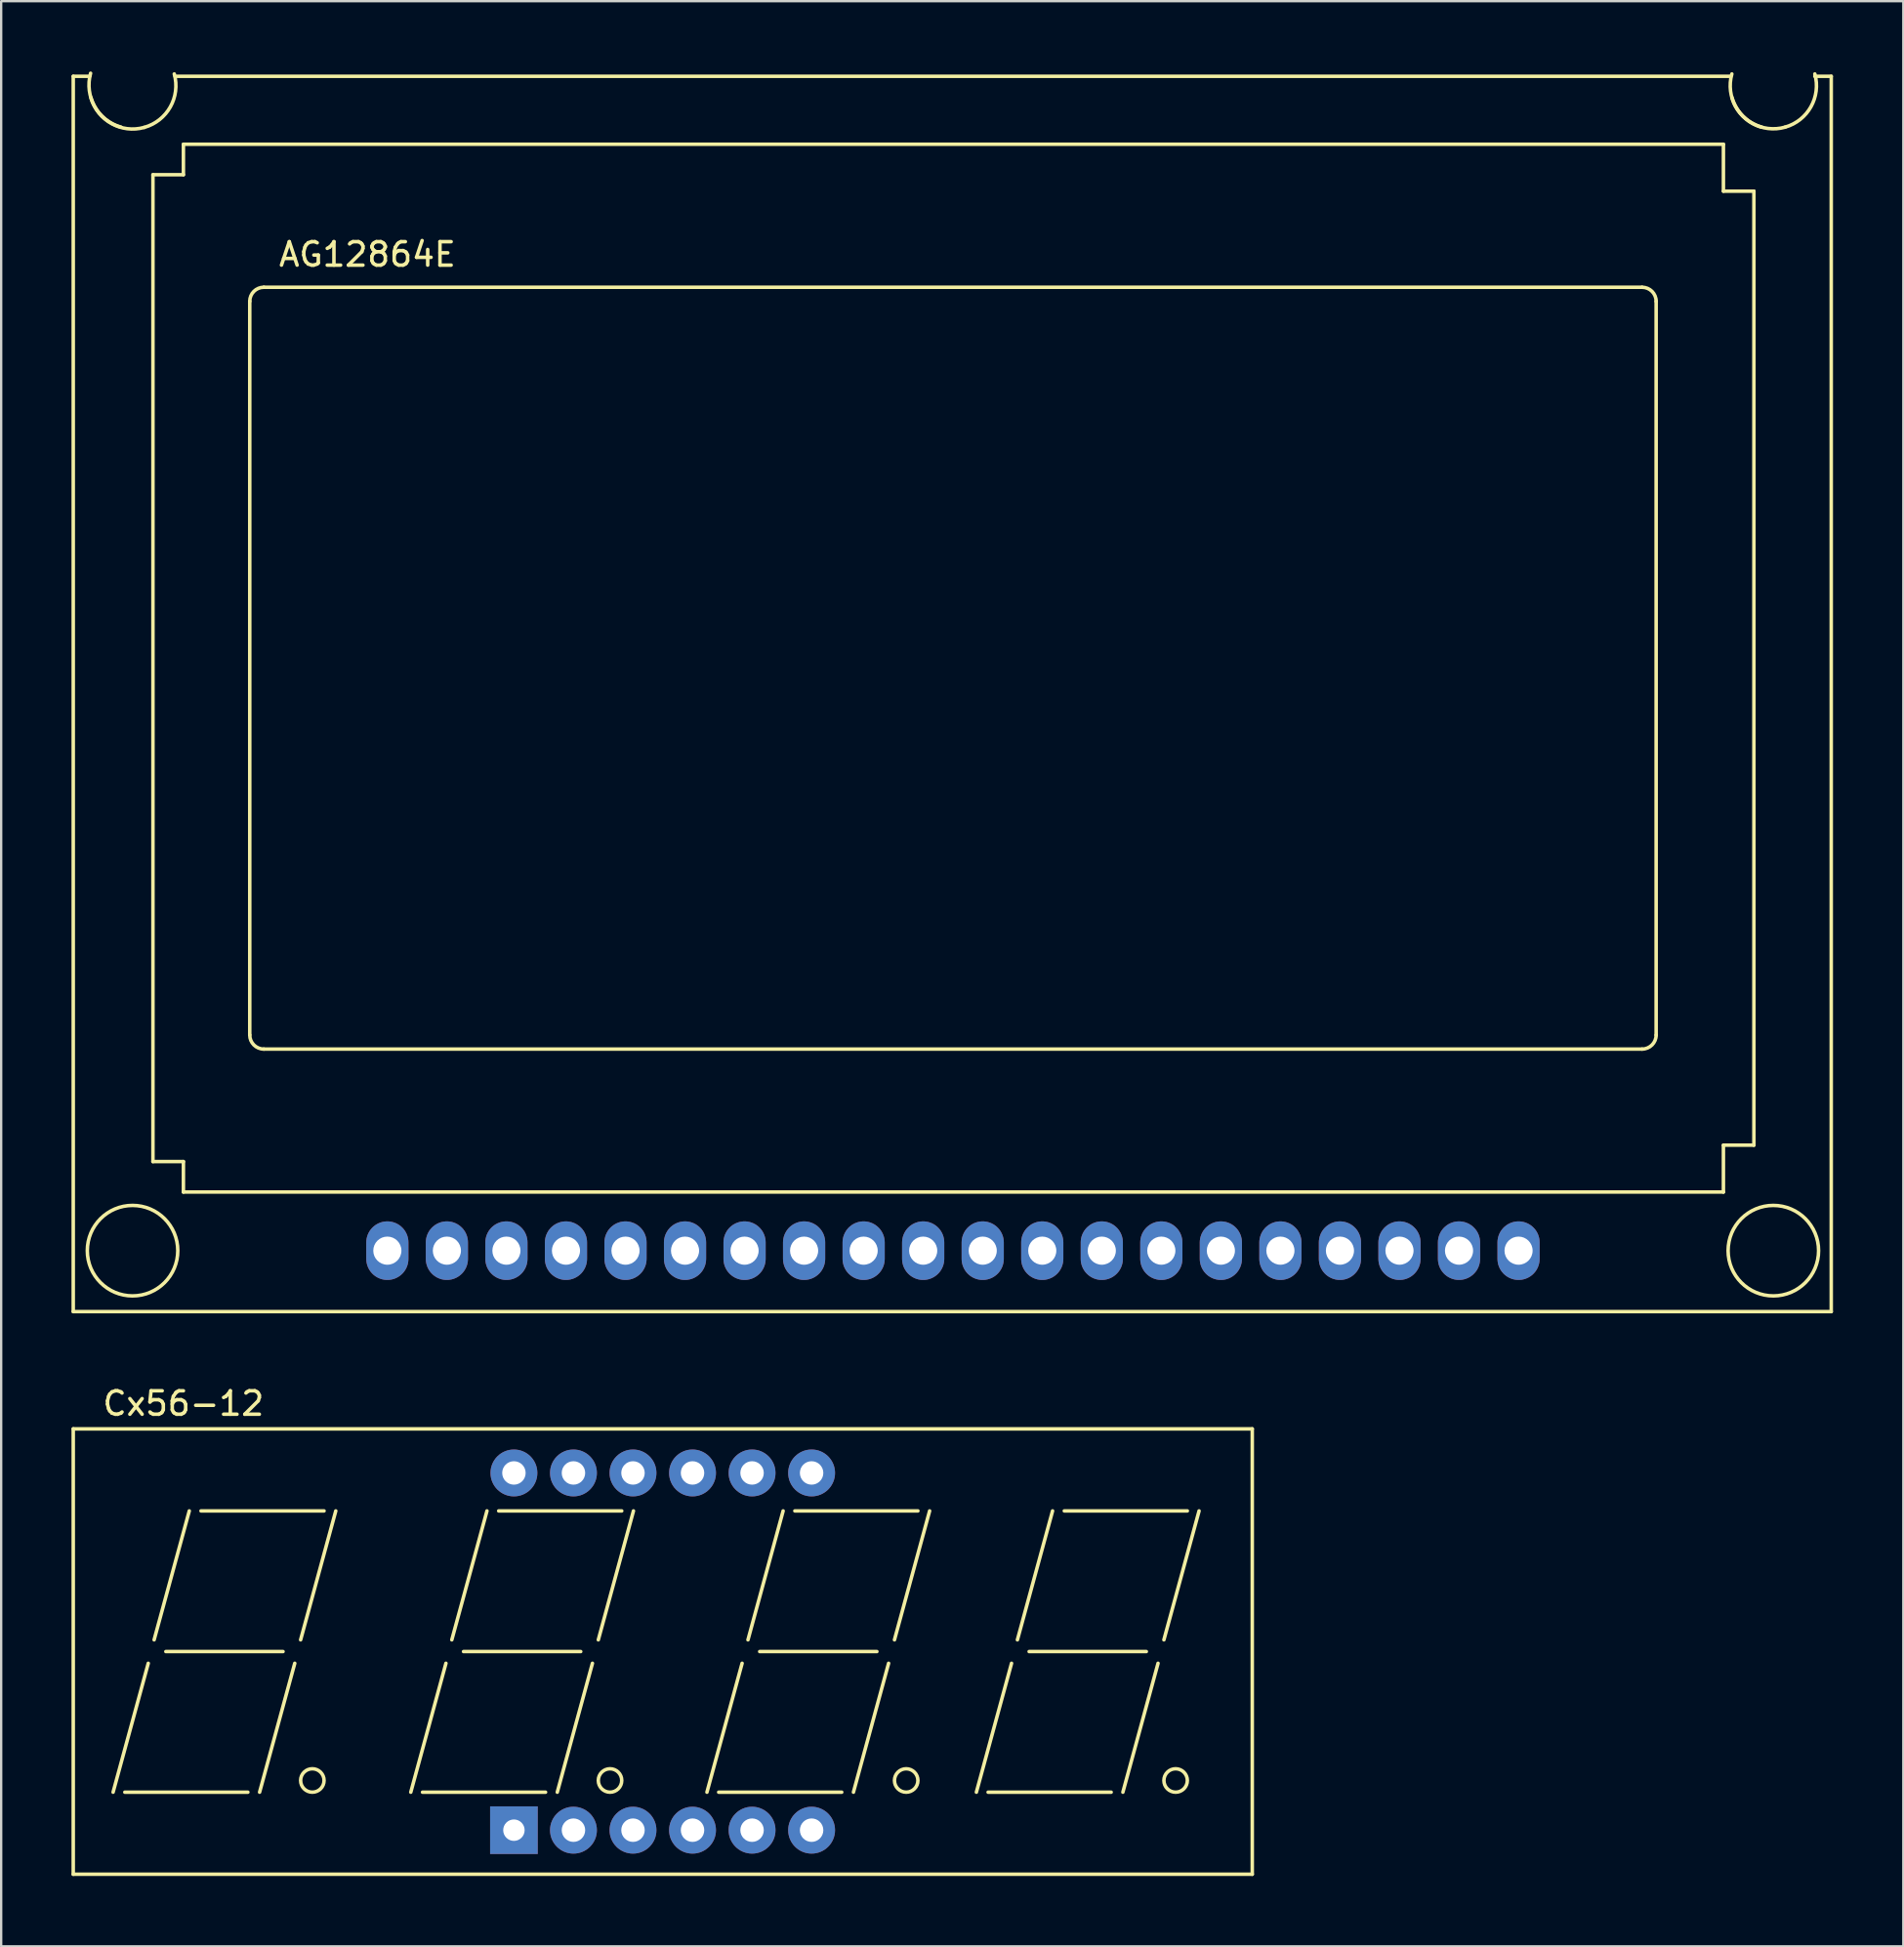
<source format=kicad_pcb>
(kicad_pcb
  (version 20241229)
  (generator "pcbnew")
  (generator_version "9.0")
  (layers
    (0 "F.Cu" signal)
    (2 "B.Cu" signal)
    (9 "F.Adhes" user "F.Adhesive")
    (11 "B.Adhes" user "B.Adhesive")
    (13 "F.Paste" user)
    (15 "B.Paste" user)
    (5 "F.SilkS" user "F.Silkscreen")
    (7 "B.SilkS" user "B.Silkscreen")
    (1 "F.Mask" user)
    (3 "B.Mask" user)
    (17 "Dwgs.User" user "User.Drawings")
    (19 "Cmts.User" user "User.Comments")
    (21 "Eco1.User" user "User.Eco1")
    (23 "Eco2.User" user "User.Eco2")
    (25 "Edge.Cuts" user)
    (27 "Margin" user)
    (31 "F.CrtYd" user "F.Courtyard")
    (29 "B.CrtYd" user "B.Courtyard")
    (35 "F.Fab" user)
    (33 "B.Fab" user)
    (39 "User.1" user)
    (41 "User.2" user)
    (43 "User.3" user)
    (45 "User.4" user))
  (footprint "AG12864E"
    (layer "F.Cu")
    (at 13.475 50.305)
    (property "Reference" "AG12864E" (at -0.85 -42.5 0) (layer "F.SilkS") (effects (font (size 1 1) (thickness 0.15))))
    (attr through_hole)
    (fp_line (start -13.4 -50.1) (end -12.7 -50.1) (stroke (width 0.15) (type solid)) (layer "F.SilkS"))
    (fp_line (start -13.4 2.6) (end -13.4 -50.1) (stroke (width 0.15) (type solid)) (layer "F.SilkS"))
    (fp_line (start -13.4 2.6) (end 61.6 2.6) (stroke (width 0.15) (type solid)) (layer "F.SilkS"))
    (fp_line (start -10 -3.8) (end -10 -45.9) (stroke (width 0.15) (type solid)) (layer "F.SilkS"))
    (fp_line (start -10 -3.8) (end -8.7 -3.8) (stroke (width 0.15) (type solid)) (layer "F.SilkS"))
    (fp_line (start -9.05 -50.1) (end 57.3 -50.1) (stroke (width 0.15) (type solid)) (layer "F.SilkS"))
    (fp_line (start -8.7 -47.2) (end -8.7 -45.9) (stroke (width 0.15) (type solid)) (layer "F.SilkS"))
    (fp_line (start -8.7 -47.2) (end 57 -47.2) (stroke (width 0.15) (type solid)) (layer "F.SilkS"))
    (fp_line (start -8.7 -45.9) (end -10 -45.9) (stroke (width 0.15) (type solid)) (layer "F.SilkS"))
    (fp_line (start -8.7 -3.8) (end -8.7 -2.5) (stroke (width 0.15) (type solid)) (layer "F.SilkS"))
    (fp_line (start -8.7 -2.5) (end 57 -2.5) (stroke (width 0.15) (type solid)) (layer "F.SilkS"))
    (fp_line (start -5.87 -40.5) (end -5.87 -9.21) (stroke (width 0.15) (type solid)) (layer "F.SilkS"))
    (fp_line (start -5.27 -8.6) (end 53.53 -8.6) (stroke (width 0.15) (type solid)) (layer "F.SilkS"))
    (fp_line (start 53.53 -41.1) (end -5.27 -41.1) (stroke (width 0.15) (type solid)) (layer "F.SilkS"))
    (fp_line (start 54.13 -9.2) (end 54.13 -40.5) (stroke (width 0.15) (type solid)) (layer "F.SilkS"))
    (fp_line (start 57 -47.2) (end 57 -45.2) (stroke (width 0.15) (type solid)) (layer "F.SilkS"))
    (fp_line (start 57 -45.2) (end 58.3 -45.2) (stroke (width 0.15) (type solid)) (layer "F.SilkS"))
    (fp_line (start 57 -4.5) (end 58.3 -4.5) (stroke (width 0.15) (type solid)) (layer "F.SilkS"))
    (fp_line (start 57 -2.5) (end 57 -4.5) (stroke (width 0.15) (type solid)) (layer "F.SilkS"))
    (fp_line (start 58.3 -45.2) (end 58.3 -4.5) (stroke (width 0.15) (type solid)) (layer "F.SilkS"))
    (fp_line (start 60.9 -50.1) (end 61.6 -50.1) (stroke (width 0.15) (type solid)) (layer "F.SilkS"))
    (fp_line (start 61.6 -50.1) (end 61.6 2.6) (stroke (width 0.15) (type solid)) (layer "F.SilkS"))
    (fp_arc (start -11.36 -47.93) (mid -12.486346 -48.810761) (end -12.66 -50.23) (stroke (width 0.15) (type solid)) (layer "F.SilkS"))
    (fp_arc (start -10.37 -47.92) (mid -11.775097 -48.087797) (end -12.65 -49.2) (stroke (width 0.15) (type solid)) (layer "F.SilkS"))
    (fp_arc (start -9.09 -50.2) (mid -9.257797 -48.794903) (end -10.37 -47.92) (stroke (width 0.15) (type solid)) (layer "F.SilkS"))
    (fp_arc (start -5.87 -40.5) (mid -5.694264 -40.924264) (end -5.27 -41.1) (stroke (width 0.15) (type solid)) (layer "F.SilkS"))
    (fp_arc (start -5.27 -8.6) (mid -5.694264 -8.775736) (end -5.87 -9.2) (stroke (width 0.15) (type solid)) (layer "F.SilkS"))
    (fp_arc (start 53.53 -41.1) (mid 53.954264 -40.924264) (end 54.13 -40.5) (stroke (width 0.15) (type solid)) (layer "F.SilkS"))
    (fp_arc (start 54.13 -9.2) (mid 53.954264 -8.775736) (end 53.53 -8.6) (stroke (width 0.15) (type solid)) (layer "F.SilkS"))
    (fp_arc (start 58.63 -47.93) (mid 57.524868 -48.801974) (end 57.36 -50.2) (stroke (width 0.15) (type solid)) (layer "F.SilkS"))
    (fp_arc (start 59.63 -47.93) (mid 58.231974 -48.094868) (end 57.36 -49.2) (stroke (width 0.15) (type solid)) (layer "F.SilkS"))
    (fp_arc (start 60.9 -50.2) (mid 60.735132 -48.801974) (end 59.63 -47.93) (stroke (width 0.15) (type solid)) (layer "F.SilkS"))
    (fp_circle (center -10.87 0) (end -12.8 0) (stroke (width 0.15) (type solid)) (fill no) (layer "F.SilkS"))
    (fp_circle (center 59.13 0) (end 61.06 0) (stroke (width 0.15) (type solid)) (fill no) (layer "F.SilkS"))
    (pad "1" thru_hole oval (at 0 0) (size 1.8 2.5) (drill 1.2) (layers "*.Cu" "*.Mask"))
    (pad "2" thru_hole oval (at 2.54 0) (size 1.8 2.5) (drill 1.2) (layers "*.Cu" "*.Mask"))
    (pad "3" thru_hole oval (at 5.08 0) (size 1.8 2.5) (drill 1.2) (layers "*.Cu" "*.Mask"))
    (pad "4" thru_hole oval (at 7.62 0) (size 1.8 2.5) (drill 1.2) (layers "*.Cu" "*.Mask"))
    (pad "5" thru_hole oval (at 10.16 0) (size 1.8 2.5) (drill 1.2) (layers "*.Cu" "*.Mask"))
    (pad "6" thru_hole oval (at 12.7 0) (size 1.8 2.5) (drill 1.2) (layers "*.Cu" "*.Mask"))
    (pad "7" thru_hole oval (at 15.24 0) (size 1.8 2.5) (drill 1.2) (layers "*.Cu" "*.Mask"))
    (pad "8" thru_hole oval (at 17.78 0) (size 1.8 2.5) (drill 1.2) (layers "*.Cu" "*.Mask"))
    (pad "9" thru_hole oval (at 20.32 0) (size 1.8 2.5) (drill 1.2) (layers "*.Cu" "*.Mask"))
    (pad "10" thru_hole oval (at 22.86 0) (size 1.8 2.5) (drill 1.2) (layers "*.Cu" "*.Mask"))
    (pad "11" thru_hole oval (at 25.4 0) (size 1.8 2.5) (drill 1.2) (layers "*.Cu" "*.Mask"))
    (pad "12" thru_hole oval (at 27.94 0) (size 1.8 2.5) (drill 1.2) (layers "*.Cu" "*.Mask"))
    (pad "13" thru_hole oval (at 30.48 0) (size 1.8 2.5) (drill 1.2) (layers "*.Cu" "*.Mask"))
    (pad "14" thru_hole oval (at 33.02 0) (size 1.8 2.5) (drill 1.2) (layers "*.Cu" "*.Mask"))
    (pad "15" thru_hole oval (at 35.56 0) (size 1.8 2.5) (drill 1.2) (layers "*.Cu" "*.Mask"))
    (pad "16" thru_hole oval (at 38.1 0) (size 1.8 2.5) (drill 1.2) (layers "*.Cu" "*.Mask"))
    (pad "17" thru_hole oval (at 40.64 0) (size 1.8 2.5) (drill 1.2) (layers "*.Cu" "*.Mask"))
    (pad "18" thru_hole oval (at 43.18 0) (size 1.8 2.5) (drill 1.2) (layers "*.Cu" "*.Mask"))
    (pad "19" thru_hole oval (at 45.72 0) (size 1.8 2.5) (drill 1.2) (layers "*.Cu" "*.Mask"))
    (pad "20" thru_hole oval (at 48.26 0) (size 1.8 2.5) (drill 1.2) (layers "*.Cu" "*.Mask")))
  (footprint "Cx56-12"
    (layer "F.Cu")
    (at 18.875 75.028)
    (property "Reference" "Cx56-12" (at -14.1 -18.2 0) (layer "F.SilkS") (effects (font (size 1 1) (thickness 0.15))))
    (attr through_hole)
    (fp_line (start -18.8 -17.12) (end 31.5 -17.12) (stroke (width 0.15) (type solid)) (layer "F.SilkS"))
    (fp_line (start -18.8 1.88) (end -18.8 -17.12) (stroke (width 0.15) (type solid)) (layer "F.SilkS"))
    (fp_line (start -17.1 -1.62) (end -15.6 -7.12) (stroke (width 0.15) (type solid)) (layer "F.SilkS"))
    (fp_line (start -16.6 -1.62) (end -11.35 -1.62) (stroke (width 0.15) (type solid)) (layer "F.SilkS"))
    (fp_line (start -15.35 -8.12) (end -13.85 -13.62) (stroke (width 0.15) (type solid)) (layer "F.SilkS"))
    (fp_line (start -14.85 -7.62) (end -9.85 -7.62) (stroke (width 0.15) (type solid)) (layer "F.SilkS"))
    (fp_line (start -13.35 -13.62) (end -8.1 -13.62) (stroke (width 0.15) (type solid)) (layer "F.SilkS"))
    (fp_line (start -10.85 -1.62) (end -9.35 -7.12) (stroke (width 0.15) (type solid)) (layer "F.SilkS"))
    (fp_line (start -9.1 -8.12) (end -7.6 -13.62) (stroke (width 0.15) (type solid)) (layer "F.SilkS"))
    (fp_line (start -4.4 -1.62) (end -2.9 -7.12) (stroke (width 0.15) (type solid)) (layer "F.SilkS"))
    (fp_line (start -3.9 -1.62) (end 1.35 -1.62) (stroke (width 0.15) (type solid)) (layer "F.SilkS"))
    (fp_line (start -2.65 -8.12) (end -1.15 -13.62) (stroke (width 0.15) (type solid)) (layer "F.SilkS"))
    (fp_line (start -2.15 -7.62) (end 2.85 -7.62) (stroke (width 0.15) (type solid)) (layer "F.SilkS"))
    (fp_line (start -0.65 -13.62) (end 4.6 -13.62) (stroke (width 0.15) (type solid)) (layer "F.SilkS"))
    (fp_line (start 1.85 -1.62) (end 3.35 -7.12) (stroke (width 0.15) (type solid)) (layer "F.SilkS"))
    (fp_line (start 3.6 -8.12) (end 5.1 -13.62) (stroke (width 0.15) (type solid)) (layer "F.SilkS"))
    (fp_line (start 8.235 -1.62) (end 9.735 -7.12) (stroke (width 0.15) (type solid)) (layer "F.SilkS"))
    (fp_line (start 8.735 -1.62) (end 13.985 -1.62) (stroke (width 0.15) (type solid)) (layer "F.SilkS"))
    (fp_line (start 9.985 -8.12) (end 11.485 -13.62) (stroke (width 0.15) (type solid)) (layer "F.SilkS"))
    (fp_line (start 10.485 -7.62) (end 15.485 -7.62) (stroke (width 0.15) (type solid)) (layer "F.SilkS"))
    (fp_line (start 11.985 -13.62) (end 17.235 -13.62) (stroke (width 0.15) (type solid)) (layer "F.SilkS"))
    (fp_line (start 14.485 -1.62) (end 15.985 -7.12) (stroke (width 0.15) (type solid)) (layer "F.SilkS"))
    (fp_line (start 16.235 -8.12) (end 17.735 -13.62) (stroke (width 0.15) (type solid)) (layer "F.SilkS"))
    (fp_line (start 19.73 -1.62) (end 21.23 -7.12) (stroke (width 0.15) (type solid)) (layer "F.SilkS"))
    (fp_line (start 20.23 -1.62) (end 25.48 -1.62) (stroke (width 0.15) (type solid)) (layer "F.SilkS"))
    (fp_line (start 21.48 -8.12) (end 22.98 -13.62) (stroke (width 0.15) (type solid)) (layer "F.SilkS"))
    (fp_line (start 21.98 -7.62) (end 26.98 -7.62) (stroke (width 0.15) (type solid)) (layer "F.SilkS"))
    (fp_line (start 23.48 -13.62) (end 28.73 -13.62) (stroke (width 0.15) (type solid)) (layer "F.SilkS"))
    (fp_line (start 25.98 -1.62) (end 27.48 -7.12) (stroke (width 0.15) (type solid)) (layer "F.SilkS"))
    (fp_line (start 27.73 -8.12) (end 29.23 -13.62) (stroke (width 0.15) (type solid)) (layer "F.SilkS"))
    (fp_line (start 31.5 -17.12) (end 31.5 1.88) (stroke (width 0.15) (type solid)) (layer "F.SilkS"))
    (fp_line (start 31.5 1.88) (end -18.8 1.88) (stroke (width 0.15) (type solid)) (layer "F.SilkS"))
    (fp_circle (center -8.6 -2.12) (end -8.6 -1.62) (stroke (width 0.15) (type solid)) (fill no) (layer "F.SilkS"))
    (fp_circle (center 4.1 -2.12) (end 4.1 -1.62) (stroke (width 0.15) (type solid)) (fill no) (layer "F.SilkS"))
    (fp_circle (center 16.735 -2.12) (end 16.735 -1.62) (stroke (width 0.15) (type solid)) (fill no) (layer "F.SilkS"))
    (fp_circle (center 28.23 -2.12) (end 28.23 -1.62) (stroke (width 0.15) (type solid)) (fill no) (layer "F.SilkS"))
    (pad "1" thru_hole rect (at 0 0) (size 2.032 2.032) (drill 0.914) (layers "*.Cu" "*.Mask"))
    (pad "2" thru_hole circle (at 2.54 0) (size 2 2) (drill 1) (layers "*.Cu" "*.Mask"))
    (pad "3" thru_hole circle (at 5.08 0) (size 2 2) (drill 1) (layers "*.Cu" "*.Mask"))
    (pad "4" thru_hole circle (at 7.62 0) (size 2 2) (drill 1) (layers "*.Cu" "*.Mask"))
    (pad "5" thru_hole circle (at 10.16 0) (size 2 2) (drill 1) (layers "*.Cu" "*.Mask"))
    (pad "6" thru_hole circle (at 12.7 0) (size 2 2) (drill 1) (layers "*.Cu" "*.Mask"))
    (pad "7" thru_hole circle (at 12.7 -15.24) (size 2 2) (drill 1) (layers "*.Cu" "*.Mask"))
    (pad "8" thru_hole circle (at 10.16 -15.24) (size 2 2) (drill 1) (layers "*.Cu" "*.Mask"))
    (pad "9" thru_hole circle (at 7.62 -15.24) (size 2 2) (drill 1) (layers "*.Cu" "*.Mask"))
    (pad "10" thru_hole circle (at 5.08 -15.24) (size 2 2) (drill 1) (layers "*.Cu" "*.Mask"))
    (pad "11" thru_hole circle (at 2.54 -15.24) (size 2 2) (drill 1) (layers "*.Cu" "*.Mask"))
    (pad "12" thru_hole circle (at 0 -15.24) (size 2 2) (drill 1) (layers "*.Cu" "*.Mask")))
  (gr_rect
    (start -3 -3)
    (end 78.15 79.983)
    (stroke (width 0.1) (type default))
    (fill no)
    (layer "Edge.Cuts")))
</source>
